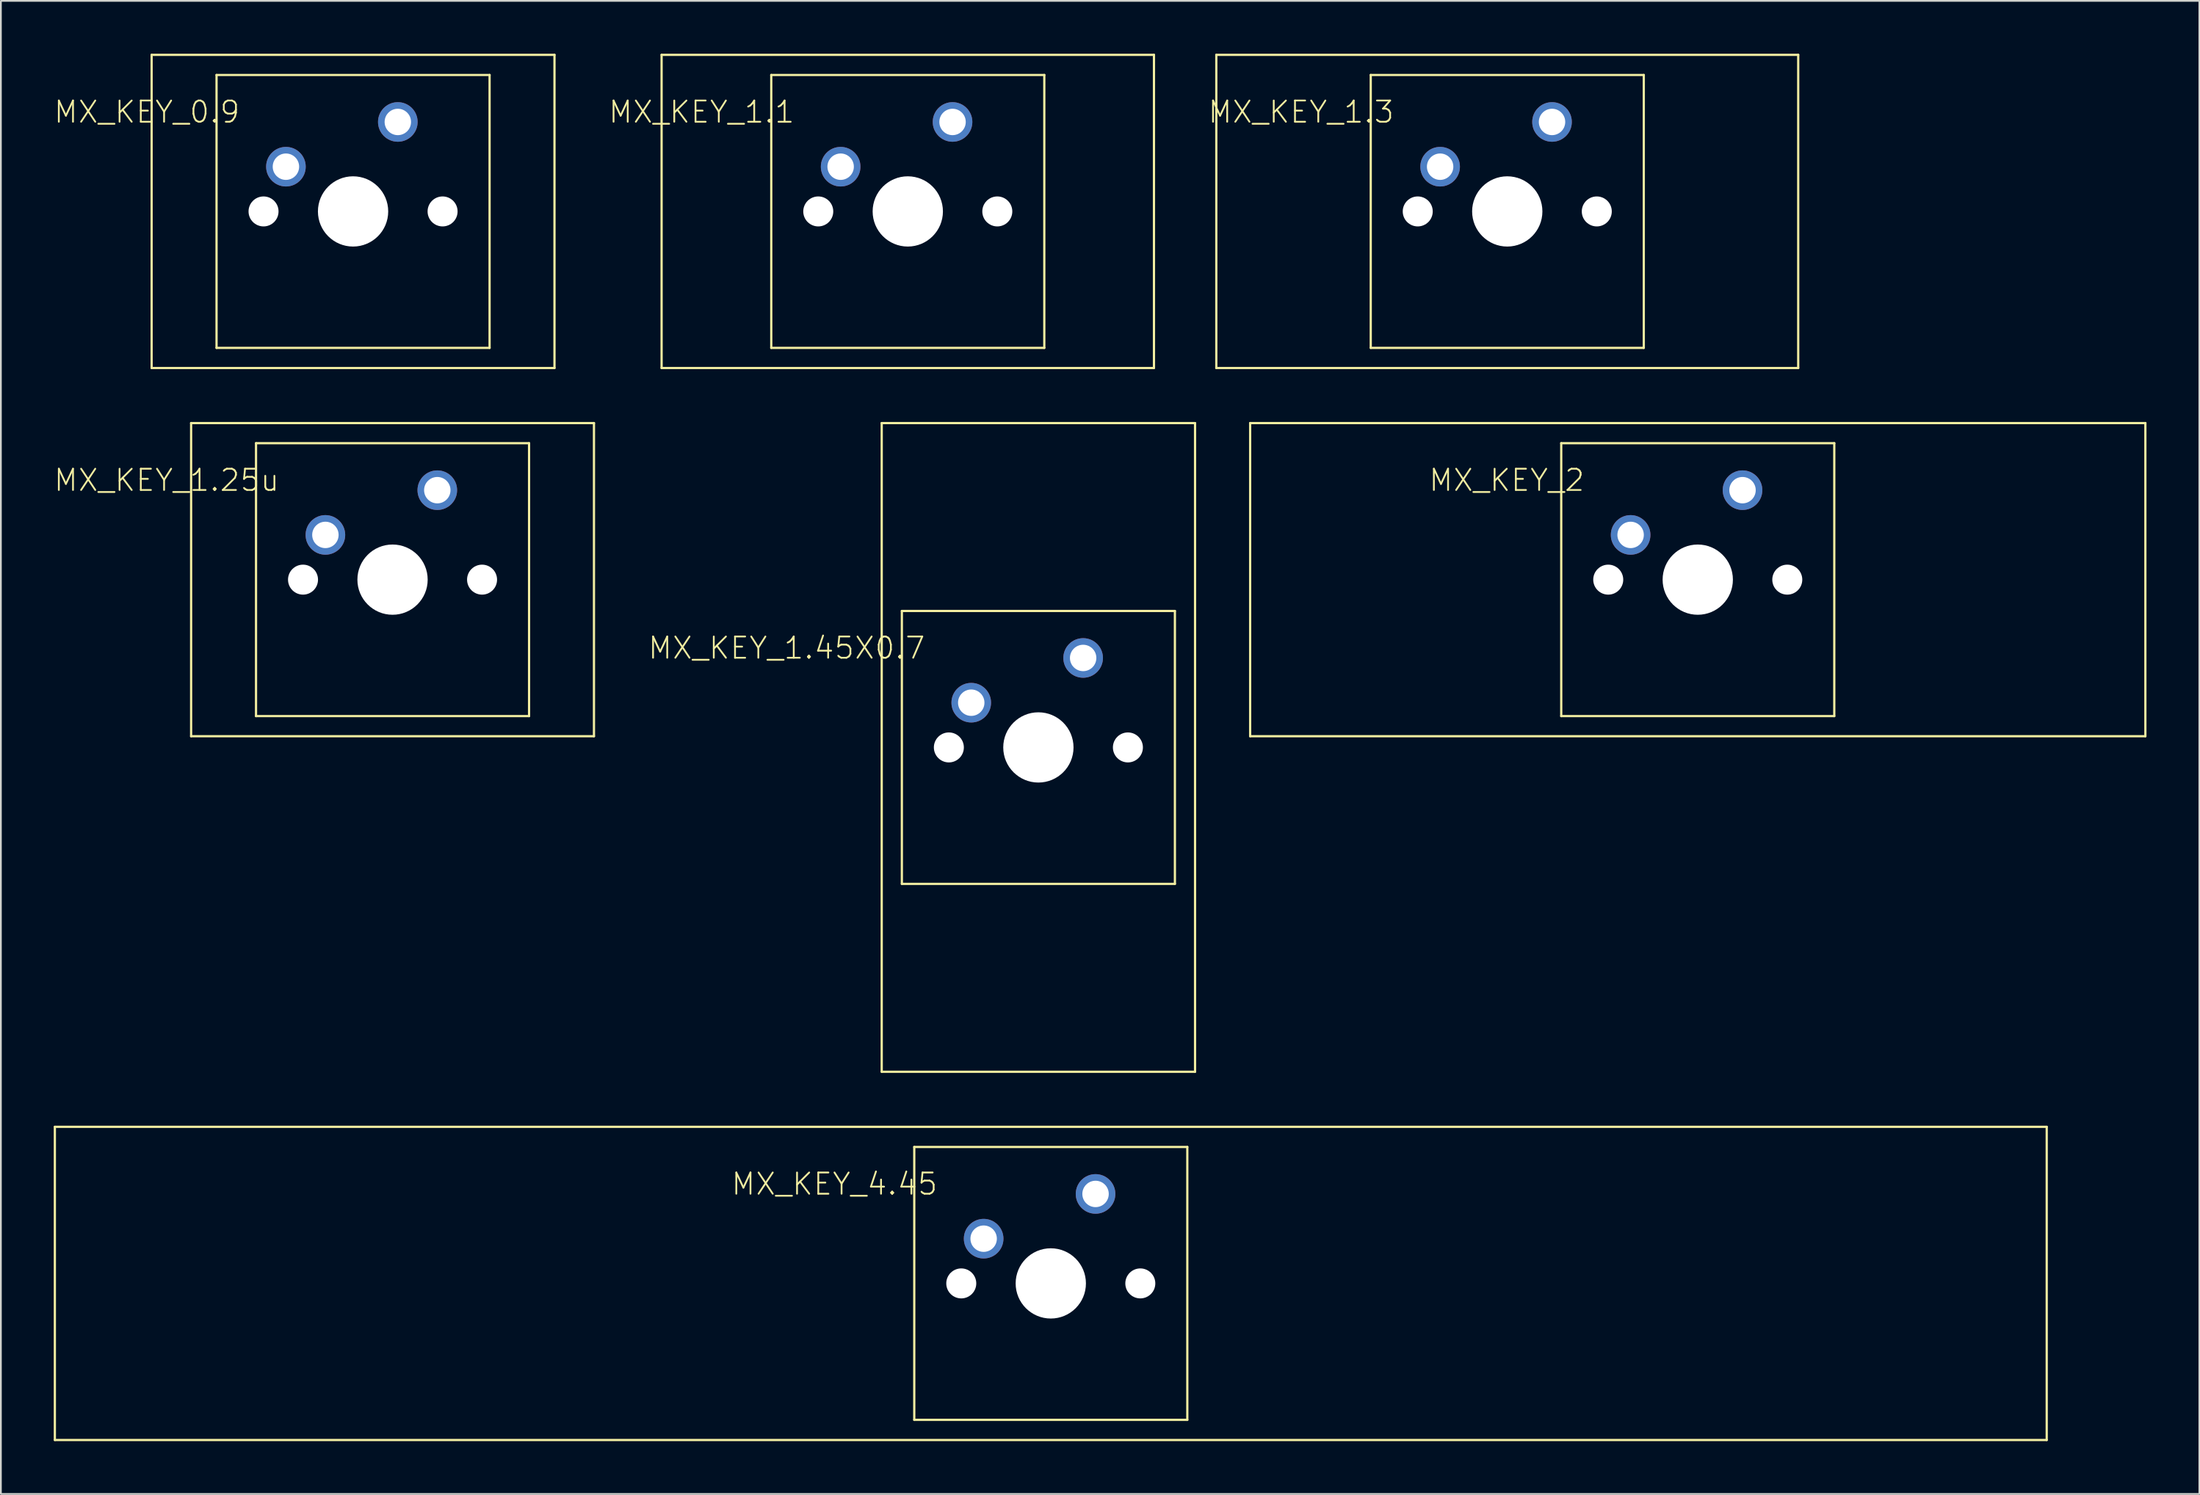
<source format=kicad_pcb>
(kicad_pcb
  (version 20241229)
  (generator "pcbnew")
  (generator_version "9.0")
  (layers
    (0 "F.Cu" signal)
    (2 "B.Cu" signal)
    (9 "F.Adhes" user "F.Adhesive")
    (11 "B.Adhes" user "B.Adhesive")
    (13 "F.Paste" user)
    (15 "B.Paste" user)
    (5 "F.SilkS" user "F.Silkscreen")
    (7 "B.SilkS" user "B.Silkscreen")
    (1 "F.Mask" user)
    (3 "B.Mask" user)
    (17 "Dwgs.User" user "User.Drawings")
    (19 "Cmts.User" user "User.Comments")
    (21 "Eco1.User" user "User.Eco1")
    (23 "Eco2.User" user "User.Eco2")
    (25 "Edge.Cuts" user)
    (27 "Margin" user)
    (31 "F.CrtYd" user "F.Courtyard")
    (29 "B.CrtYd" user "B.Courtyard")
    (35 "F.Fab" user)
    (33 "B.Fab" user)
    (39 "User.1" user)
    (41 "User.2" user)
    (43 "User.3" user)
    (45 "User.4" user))
  (footprint "MX_KEY_1.25u"
    (layer "F.Cu")
    (at 19.225 29.86)
    (property "Reference" "MX_KEY_1.25u" (at -6.35 -6.35 0) (layer "F.SilkS") (effects (font (size 1.206 1.206) (thickness 0.102)) (justify right top)))
    (attr through_hole)
    (fp_line (start -11.43 -8.89) (end 11.43 -8.89) (stroke (width 0.127) (type solid)) (layer "F.SilkS"))
    (fp_line (start -11.43 8.89) (end -11.43 -8.89) (stroke (width 0.127) (type solid)) (layer "F.SilkS"))
    (fp_line (start -7.747 -7.747) (end -7.747 7.747) (stroke (width 0.127) (type solid)) (layer "F.SilkS"))
    (fp_line (start -7.747 7.747) (end 7.747 7.747) (stroke (width 0.127) (type solid)) (layer "F.SilkS"))
    (fp_line (start 7.747 -7.747) (end -7.747 -7.747) (stroke (width 0.127) (type solid)) (layer "F.SilkS"))
    (fp_line (start 7.747 7.747) (end 7.747 -7.747) (stroke (width 0.127) (type solid)) (layer "F.SilkS"))
    (fp_line (start 11.43 -8.89) (end 11.43 8.89) (stroke (width 0.127) (type solid)) (layer "F.SilkS"))
    (fp_line (start 11.43 8.89) (end -11.43 8.89) (stroke (width 0.127) (type solid)) (layer "F.SilkS"))
    (pad "" np_thru_hole circle (at -5.08 0) (size 1.702 1.702) (drill 1.702) (layers "*.Cu" "*.Mask"))
    (pad "" np_thru_hole circle (at 0 0) (size 3.988 3.988) (drill 3.988) (layers "*.Cu" "*.Mask"))
    (pad "" np_thru_hole circle (at 5.08 0) (size 1.702 1.702) (drill 1.702) (layers "*.Cu" "*.Mask"))
    (pad "1" thru_hole circle (at -3.81 -2.54) (size 2.248 2.248) (drill 1.499) (layers "*.Cu" "*.Mask"))
    (pad "2" thru_hole circle (at 2.54 -5.08) (size 2.248 2.248) (drill 1.499) (layers "*.Cu" "*.Mask")))
  (footprint "MX_KEY_1.3"
    (layer "F.Cu")
    (at 82.481 8.954)
    (property "Reference" "MX_KEY_1.3" (at -6.35 -6.35 0) (layer "F.SilkS") (effects (font (size 1.206 1.206) (thickness 0.102)) (justify right top)))
    (attr through_hole)
    (fp_line (start -16.51 -8.89) (end 16.51 -8.89) (stroke (width 0.127) (type solid)) (layer "F.SilkS"))
    (fp_line (start -16.51 8.89) (end -16.51 -8.89) (stroke (width 0.127) (type solid)) (layer "F.SilkS"))
    (fp_line (start -7.747 -7.747) (end -7.747 7.747) (stroke (width 0.127) (type solid)) (layer "F.SilkS"))
    (fp_line (start -7.747 7.747) (end 7.747 7.747) (stroke (width 0.127) (type solid)) (layer "F.SilkS"))
    (fp_line (start 7.747 -7.747) (end -7.747 -7.747) (stroke (width 0.127) (type solid)) (layer "F.SilkS"))
    (fp_line (start 7.747 7.747) (end 7.747 -7.747) (stroke (width 0.127) (type solid)) (layer "F.SilkS"))
    (fp_line (start 16.51 -8.89) (end 16.51 8.89) (stroke (width 0.127) (type solid)) (layer "F.SilkS"))
    (fp_line (start 16.51 8.89) (end -16.51 8.89) (stroke (width 0.127) (type solid)) (layer "F.SilkS"))
    (pad "" np_thru_hole circle (at -5.08 0) (size 1.702 1.702) (drill 1.702) (layers "*.Cu" "*.Mask"))
    (pad "" np_thru_hole circle (at 0 0) (size 3.988 3.988) (drill 3.988) (layers "*.Cu" "*.Mask"))
    (pad "" np_thru_hole circle (at 5.08 0) (size 1.702 1.702) (drill 1.702) (layers "*.Cu" "*.Mask"))
    (pad "1" thru_hole circle (at -3.81 -2.54) (size 2.248 2.248) (drill 1.499) (layers "*.Cu" "*.Mask"))
    (pad "2" thru_hole circle (at 2.54 -5.08) (size 2.248 2.248) (drill 1.499) (layers "*.Cu" "*.Mask")))
  (footprint "MX_KEY_0.9"
    (layer "F.Cu")
    (at 16.985 8.954)
    (property "Reference" "MX_KEY_0.9" (at -6.35 -6.35 0) (layer "F.SilkS") (effects (font (size 1.206 1.206) (thickness 0.102)) (justify right top)))
    (attr through_hole)
    (fp_line (start -11.43 -8.89) (end 11.43 -8.89) (stroke (width 0.127) (type solid)) (layer "F.SilkS"))
    (fp_line (start -11.43 8.89) (end -11.43 -8.89) (stroke (width 0.127) (type solid)) (layer "F.SilkS"))
    (fp_line (start -7.747 -7.747) (end -7.747 7.747) (stroke (width 0.127) (type solid)) (layer "F.SilkS"))
    (fp_line (start -7.747 7.747) (end 7.747 7.747) (stroke (width 0.127) (type solid)) (layer "F.SilkS"))
    (fp_line (start 7.747 -7.747) (end -7.747 -7.747) (stroke (width 0.127) (type solid)) (layer "F.SilkS"))
    (fp_line (start 7.747 7.747) (end 7.747 -7.747) (stroke (width 0.127) (type solid)) (layer "F.SilkS"))
    (fp_line (start 11.43 -8.89) (end 11.43 8.89) (stroke (width 0.127) (type solid)) (layer "F.SilkS"))
    (fp_line (start 11.43 8.89) (end -11.43 8.89) (stroke (width 0.127) (type solid)) (layer "F.SilkS"))
    (pad "" np_thru_hole circle (at -5.08 0) (size 1.702 1.702) (drill 1.702) (layers "*.Cu" "*.Mask"))
    (pad "" np_thru_hole circle (at 0 0) (size 3.988 3.988) (drill 3.988) (layers "*.Cu" "*.Mask"))
    (pad "" np_thru_hole circle (at 5.08 0) (size 1.702 1.702) (drill 1.702) (layers "*.Cu" "*.Mask"))
    (pad "1" thru_hole circle (at -3.81 -2.54) (size 2.248 2.248) (drill 1.499) (layers "*.Cu" "*.Mask"))
    (pad "2" thru_hole circle (at 2.54 -5.08) (size 2.248 2.248) (drill 1.499) (layers "*.Cu" "*.Mask")))
  (footprint "MX_KEY_1.1"
    (layer "F.Cu")
    (at 48.463 8.954)
    (property "Reference" "MX_KEY_1.1" (at -6.35 -6.35 0) (layer "F.SilkS") (effects (font (size 1.206 1.206) (thickness 0.102)) (justify right top)))
    (attr through_hole)
    (fp_line (start -13.97 -8.89) (end 13.97 -8.89) (stroke (width 0.127) (type solid)) (layer "F.SilkS"))
    (fp_line (start -13.97 8.89) (end -13.97 -8.89) (stroke (width 0.127) (type solid)) (layer "F.SilkS"))
    (fp_line (start -7.747 -7.747) (end -7.747 7.747) (stroke (width 0.127) (type solid)) (layer "F.SilkS"))
    (fp_line (start -7.747 7.747) (end 7.747 7.747) (stroke (width 0.127) (type solid)) (layer "F.SilkS"))
    (fp_line (start 7.747 -7.747) (end -7.747 -7.747) (stroke (width 0.127) (type solid)) (layer "F.SilkS"))
    (fp_line (start 7.747 7.747) (end 7.747 -7.747) (stroke (width 0.127) (type solid)) (layer "F.SilkS"))
    (fp_line (start 13.97 -8.89) (end 13.97 8.89) (stroke (width 0.127) (type solid)) (layer "F.SilkS"))
    (fp_line (start 13.97 8.89) (end -13.97 8.89) (stroke (width 0.127) (type solid)) (layer "F.SilkS"))
    (pad "" np_thru_hole circle (at -5.08 0) (size 1.702 1.702) (drill 1.702) (layers "*.Cu" "*.Mask"))
    (pad "" np_thru_hole circle (at 0 0) (size 3.988 3.988) (drill 3.988) (layers "*.Cu" "*.Mask"))
    (pad "" np_thru_hole circle (at 5.08 0) (size 1.702 1.702) (drill 1.702) (layers "*.Cu" "*.Mask"))
    (pad "1" thru_hole circle (at -3.81 -2.54) (size 2.248 2.248) (drill 1.499) (layers "*.Cu" "*.Mask"))
    (pad "2" thru_hole circle (at 2.54 -5.08) (size 2.248 2.248) (drill 1.499) (layers "*.Cu" "*.Mask")))
  (footprint "MX_KEY_2"
    (layer "F.Cu")
    (at 93.291 29.86)
    (property "Reference" "MX_KEY_2" (at -6.35 -6.35 0) (layer "F.SilkS") (effects (font (size 1.206 1.206) (thickness 0.102)) (justify right top)))
    (attr through_hole)
    (fp_line (start -25.4 -8.89) (end 25.4 -8.89) (stroke (width 0.127) (type solid)) (layer "F.SilkS"))
    (fp_line (start -25.4 8.89) (end -25.4 -8.89) (stroke (width 0.127) (type solid)) (layer "F.SilkS"))
    (fp_line (start -7.747 -7.747) (end -7.747 7.747) (stroke (width 0.127) (type solid)) (layer "F.SilkS"))
    (fp_line (start -7.747 7.747) (end 7.747 7.747) (stroke (width 0.127) (type solid)) (layer "F.SilkS"))
    (fp_line (start 7.747 -7.747) (end -7.747 -7.747) (stroke (width 0.127) (type solid)) (layer "F.SilkS"))
    (fp_line (start 7.747 7.747) (end 7.747 -7.747) (stroke (width 0.127) (type solid)) (layer "F.SilkS"))
    (fp_line (start 25.4 -8.89) (end 25.4 8.89) (stroke (width 0.127) (type solid)) (layer "F.SilkS"))
    (fp_line (start 25.4 8.89) (end -25.4 8.89) (stroke (width 0.127) (type solid)) (layer "F.SilkS"))
    (pad "" np_thru_hole circle (at -5.08 0) (size 1.702 1.702) (drill 1.702) (layers "*.Cu" "*.Mask"))
    (pad "" np_thru_hole circle (at 0 0) (size 3.988 3.988) (drill 3.988) (layers "*.Cu" "*.Mask"))
    (pad "" np_thru_hole circle (at 5.08 0) (size 1.702 1.702) (drill 1.702) (layers "*.Cu" "*.Mask"))
    (pad "1" thru_hole circle (at -3.81 -2.54) (size 2.248 2.248) (drill 1.499) (layers "*.Cu" "*.Mask"))
    (pad "2" thru_hole circle (at 2.54 -5.08) (size 2.248 2.248) (drill 1.499) (layers "*.Cu" "*.Mask")))
  (footprint "MX_KEY_4.45"
    (layer "F.Cu")
    (at 56.578 69.817)
    (property "Reference" "MX_KEY_4.45" (at -6.35 -6.35 0) (layer "F.SilkS") (effects (font (size 1.206 1.206) (thickness 0.102)) (justify right top)))
    (attr through_hole)
    (fp_line (start -56.515 -8.89) (end 56.515 -8.89) (stroke (width 0.127) (type solid)) (layer "F.SilkS"))
    (fp_line (start -56.515 8.89) (end -56.515 -8.89) (stroke (width 0.127) (type solid)) (layer "F.SilkS"))
    (fp_line (start -7.747 -7.747) (end -7.747 7.747) (stroke (width 0.127) (type solid)) (layer "F.SilkS"))
    (fp_line (start -7.747 7.747) (end 7.747 7.747) (stroke (width 0.127) (type solid)) (layer "F.SilkS"))
    (fp_line (start 7.747 -7.747) (end -7.747 -7.747) (stroke (width 0.127) (type solid)) (layer "F.SilkS"))
    (fp_line (start 7.747 7.747) (end 7.747 -7.747) (stroke (width 0.127) (type solid)) (layer "F.SilkS"))
    (fp_line (start 56.515 -8.89) (end 56.515 8.89) (stroke (width 0.127) (type solid)) (layer "F.SilkS"))
    (fp_line (start 56.515 8.89) (end -56.515 8.89) (stroke (width 0.127) (type solid)) (layer "F.SilkS"))
    (pad "" np_thru_hole circle (at -5.08 0) (size 1.702 1.702) (drill 1.702) (layers "*.Cu" "*.Mask"))
    (pad "" np_thru_hole circle (at 0 0) (size 3.988 3.988) (drill 3.988) (layers "*.Cu" "*.Mask"))
    (pad "" np_thru_hole circle (at 5.08 0) (size 1.702 1.702) (drill 1.702) (layers "*.Cu" "*.Mask"))
    (pad "1" thru_hole circle (at -3.81 -2.54) (size 2.248 2.248) (drill 1.499) (layers "*.Cu" "*.Mask"))
    (pad "2" thru_hole circle (at 2.54 -5.08) (size 2.248 2.248) (drill 1.499) (layers "*.Cu" "*.Mask")))
  (footprint "MX_KEY_1.45X0.7"
    (layer "F.Cu")
    (at 55.874 39.386)
    (property "Reference" "MX_KEY_1.45X0.7" (at -6.35 -6.35 0) (layer "F.SilkS") (effects (font (size 1.206 1.206) (thickness 0.102)) (justify right top)))
    (attr through_hole)
    (fp_line (start -8.89 -18.415) (end 8.89 -18.415) (stroke (width 0.127) (type solid)) (layer "F.SilkS"))
    (fp_line (start -8.89 18.415) (end -8.89 -18.415) (stroke (width 0.127) (type solid)) (layer "F.SilkS"))
    (fp_line (start -7.747 -7.747) (end -7.747 7.747) (stroke (width 0.127) (type solid)) (layer "F.SilkS"))
    (fp_line (start -7.747 7.747) (end 7.747 7.747) (stroke (width 0.127) (type solid)) (layer "F.SilkS"))
    (fp_line (start 7.747 -7.747) (end -7.747 -7.747) (stroke (width 0.127) (type solid)) (layer "F.SilkS"))
    (fp_line (start 7.747 7.747) (end 7.747 -7.747) (stroke (width 0.127) (type solid)) (layer "F.SilkS"))
    (fp_line (start 8.89 -18.415) (end 8.89 18.415) (stroke (width 0.127) (type solid)) (layer "F.SilkS"))
    (fp_line (start 8.89 18.415) (end -8.89 18.415) (stroke (width 0.127) (type solid)) (layer "F.SilkS"))
    (pad "" np_thru_hole circle (at -5.08 0) (size 1.702 1.702) (drill 1.702) (layers "*.Cu" "*.Mask"))
    (pad "" np_thru_hole circle (at 0 0) (size 3.988 3.988) (drill 3.988) (layers "*.Cu" "*.Mask"))
    (pad "" np_thru_hole circle (at 5.08 0) (size 1.702 1.702) (drill 1.702) (layers "*.Cu" "*.Mask"))
    (pad "1" thru_hole circle (at -3.81 -2.54) (size 2.248 2.248) (drill 1.499) (layers "*.Cu" "*.Mask"))
    (pad "2" thru_hole circle (at 2.54 -5.08) (size 2.248 2.248) (drill 1.499) (layers "*.Cu" "*.Mask")))
  (gr_rect
    (start -3 -3)
    (end 121.755 81.771)
    (stroke (width 0.1) (type default))
    (fill no)
    (layer "Edge.Cuts")))
</source>
